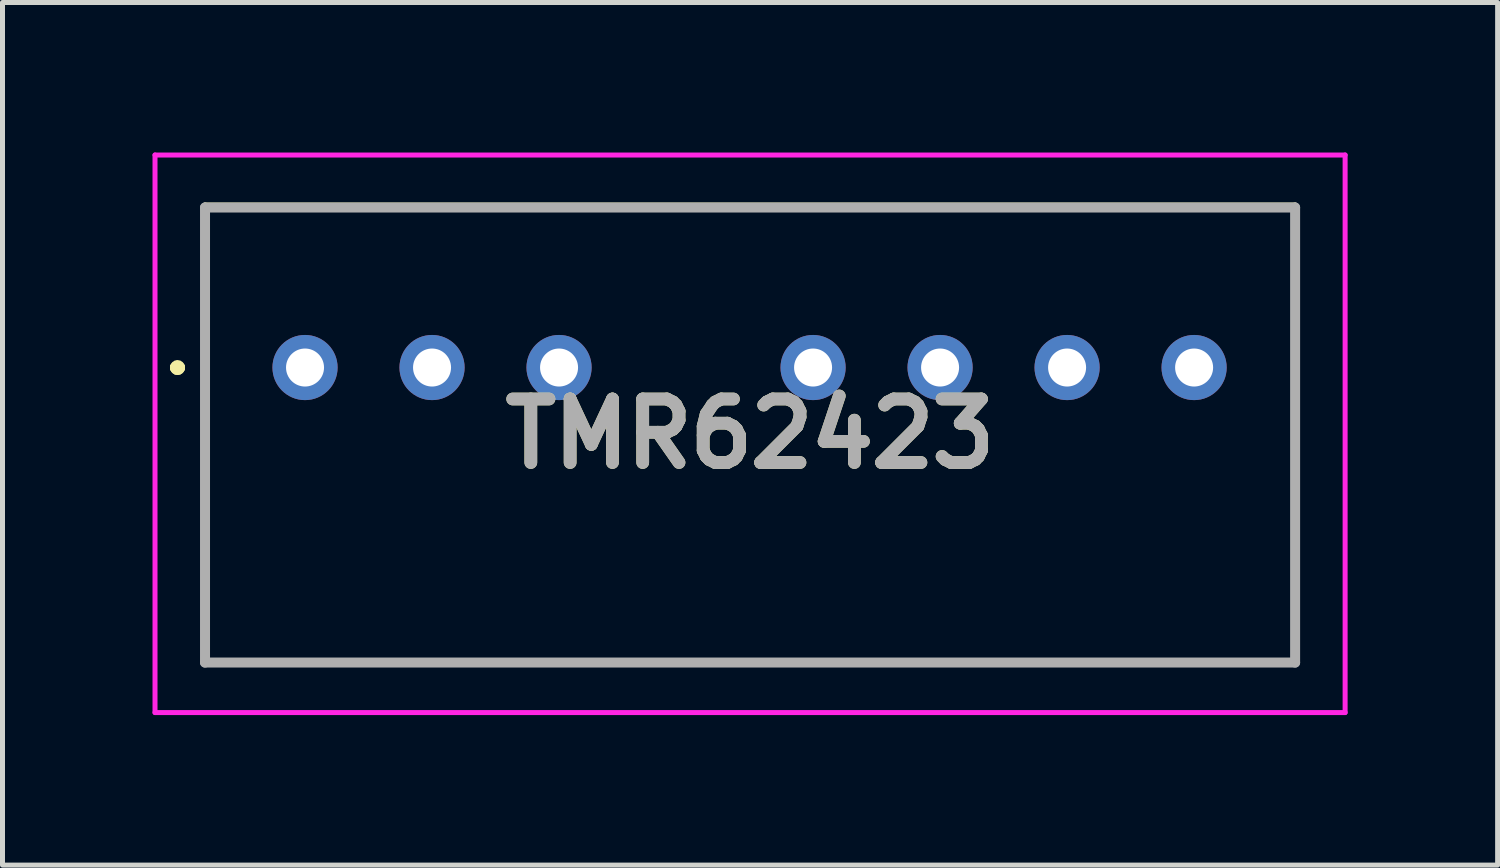
<source format=kicad_pcb>
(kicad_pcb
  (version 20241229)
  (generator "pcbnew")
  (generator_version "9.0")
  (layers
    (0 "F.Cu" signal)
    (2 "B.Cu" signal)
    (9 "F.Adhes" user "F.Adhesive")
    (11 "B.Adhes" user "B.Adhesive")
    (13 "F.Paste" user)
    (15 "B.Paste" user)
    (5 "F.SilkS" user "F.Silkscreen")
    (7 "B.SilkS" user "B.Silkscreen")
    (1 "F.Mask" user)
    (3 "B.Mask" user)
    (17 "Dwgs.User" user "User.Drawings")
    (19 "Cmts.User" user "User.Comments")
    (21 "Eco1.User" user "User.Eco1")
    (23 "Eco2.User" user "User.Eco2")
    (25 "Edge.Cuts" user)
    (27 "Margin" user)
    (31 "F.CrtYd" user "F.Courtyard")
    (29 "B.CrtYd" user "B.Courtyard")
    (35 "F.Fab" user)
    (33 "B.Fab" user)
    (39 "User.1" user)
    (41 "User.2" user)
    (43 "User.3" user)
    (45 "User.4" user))
  (footprint "TMR62423"
    (layer "F.Cu")
    (at 3.05 4.3)
    (property "Reference" "TMR62423" (at 8.9 1.325 0) (layer "F.SilkS") (effects (font (size 1.27 1.27) (thickness 0.254))))
    (attr through_hole)
    (fp_line (start -2.6 0) (end -2.6 0) (stroke (width 0.2) (type solid)) (layer "F.SilkS"))
    (fp_line (start -2.6 0) (end -2.6 0) (stroke (width 0.2) (type solid)) (layer "F.SilkS"))
    (fp_line (start -2.5 0) (end -2.5 0) (stroke (width 0.2) (type solid)) (layer "F.SilkS"))
    (fp_line (start -2 -3.25) (end -2 5.9) (stroke (width 0.1) (type solid)) (layer "F.SilkS"))
    (fp_line (start -2 5.9) (end 19.8 5.9) (stroke (width 0.1) (type solid)) (layer "F.SilkS"))
    (fp_line (start 19.8 -3.25) (end -2 -3.25) (stroke (width 0.1) (type solid)) (layer "F.SilkS"))
    (fp_line (start 19.8 5.9) (end 19.8 -3.25) (stroke (width 0.1) (type solid)) (layer "F.SilkS"))
    (fp_arc (start -2.6 0) (mid -2.55 -0.05) (end -2.5 0) (stroke (width 0.2) (type solid)) (layer "F.SilkS"))
    (fp_arc (start -2.5 0) (mid -2.55 0.05) (end -2.6 0) (stroke (width 0.2) (type solid)) (layer "F.SilkS"))
    (fp_arc (start -2.5 0) (mid -2.55 0.05) (end -2.6 0) (stroke (width 0.2) (type solid)) (layer "F.SilkS"))
    (fp_line (start -3 -4.25) (end -3 6.9) (stroke (width 0.1) (type solid)) (layer "F.CrtYd"))
    (fp_line (start -3 6.9) (end 20.8 6.9) (stroke (width 0.1) (type solid)) (layer "F.CrtYd"))
    (fp_line (start 20.8 -4.25) (end -3 -4.25) (stroke (width 0.1) (type solid)) (layer "F.CrtYd"))
    (fp_line (start 20.8 6.9) (end 20.8 -4.25) (stroke (width 0.1) (type solid)) (layer "F.CrtYd"))
    (fp_line (start -2 -3.2) (end 19.8 -3.2) (stroke (width 0.2) (type solid)) (layer "F.Fab"))
    (fp_line (start -2 5.9) (end -2 -3.2) (stroke (width 0.2) (type solid)) (layer "F.Fab"))
    (fp_line (start 19.8 -3.2) (end 19.8 5.9) (stroke (width 0.2) (type solid)) (layer "F.Fab"))
    (fp_line (start 19.8 5.9) (end -2 5.9) (stroke (width 0.2) (type solid)) (layer "F.Fab"))
    (fp_text user "${REFERENCE}" (at 8.9 1.325 0) (layer "F.Fab") (effects (font (size 1.27 1.27) (thickness 0.254))))
    (pad "1" thru_hole circle (at 0 0) (size 1.303 1.303) (drill 0.76) (layers "*.Cu" "*.Mask"))
    (pad "2" thru_hole circle (at 2.54 0) (size 1.303 1.303) (drill 0.76) (layers "*.Cu" "*.Mask"))
    (pad "3" thru_hole circle (at 5.08 0) (size 1.303 1.303) (drill 0.76) (layers "*.Cu" "*.Mask"))
    (pad "5" thru_hole circle (at 10.16 0) (size 1.303 1.303) (drill 0.76) (layers "*.Cu" "*.Mask"))
    (pad "6" thru_hole circle (at 12.7 0) (size 1.303 1.303) (drill 0.76) (layers "*.Cu" "*.Mask"))
    (pad "7" thru_hole circle (at 15.24 0) (size 1.303 1.303) (drill 0.76) (layers "*.Cu" "*.Mask"))
    (pad "8" thru_hole circle (at 17.78 0) (size 1.303 1.303) (drill 0.76) (layers "*.Cu" "*.Mask")))
  (gr_rect
    (start -3 -3)
    (end 26.9 14.25)
    (stroke (width 0.1) (type default))
    (fill no)
    (layer "Edge.Cuts")))
</source>
